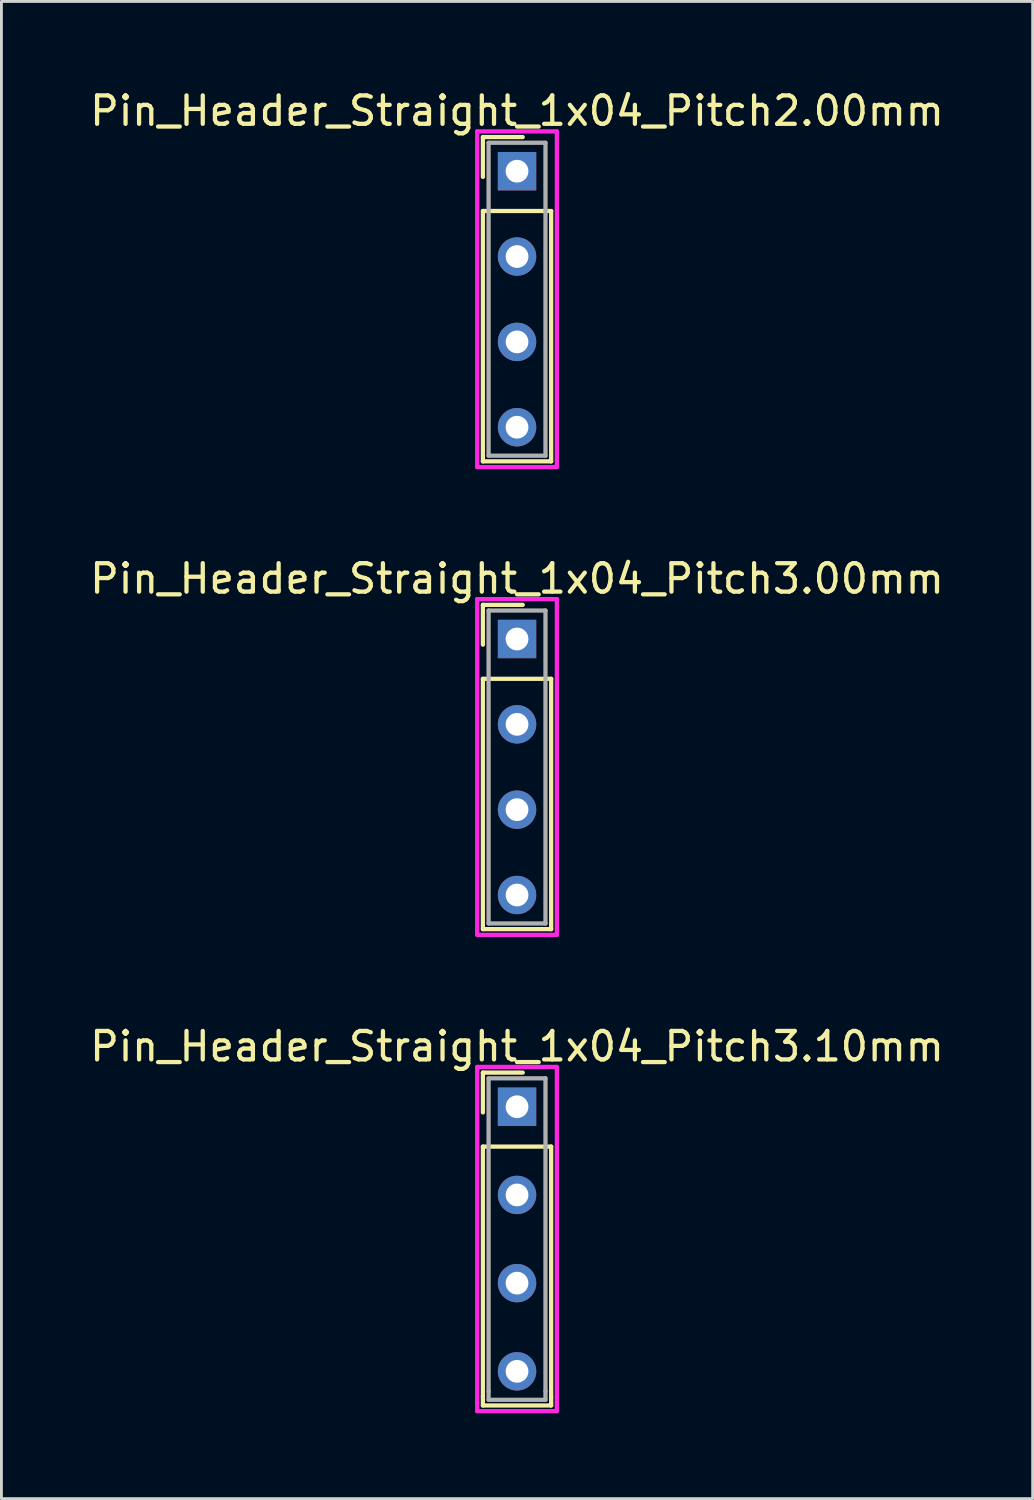
<source format=kicad_pcb>
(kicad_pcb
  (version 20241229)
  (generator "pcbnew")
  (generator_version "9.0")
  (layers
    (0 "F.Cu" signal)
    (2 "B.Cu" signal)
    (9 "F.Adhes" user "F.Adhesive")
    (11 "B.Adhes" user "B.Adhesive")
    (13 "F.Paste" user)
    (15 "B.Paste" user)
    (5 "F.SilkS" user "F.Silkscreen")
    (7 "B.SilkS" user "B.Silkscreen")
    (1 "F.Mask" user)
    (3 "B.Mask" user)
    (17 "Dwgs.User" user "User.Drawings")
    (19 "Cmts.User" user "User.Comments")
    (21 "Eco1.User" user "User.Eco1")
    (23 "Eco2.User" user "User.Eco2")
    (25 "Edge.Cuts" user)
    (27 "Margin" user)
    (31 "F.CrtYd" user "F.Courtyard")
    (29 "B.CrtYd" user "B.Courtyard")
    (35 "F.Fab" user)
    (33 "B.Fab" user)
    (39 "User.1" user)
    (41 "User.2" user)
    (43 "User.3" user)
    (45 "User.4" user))
  (footprint "Pin_Header_Straight_1x04_Pitch3.00mm"
    (layer "F.Cu")
    (at 15.125 19.412)
    (property "Reference" "Pin_Header_Straight_1x04_Pitch3.00mm" (at 0 -2.12 0) (layer "F.SilkS") (effects (font (size 1 1) (thickness 0.15))))
    (attr through_hole)
    (fp_line (start -1.2 -1.2) (end 0.2 -1.2) (stroke (width 0.15) (type solid)) (layer "F.SilkS"))
    (fp_line (start -1.2 0.2) (end -1.2 -1.2) (stroke (width 0.15) (type solid)) (layer "F.SilkS"))
    (fp_line (start -1.2 1.4) (end -1.2 10.2) (stroke (width 0.15) (type solid)) (layer "F.SilkS"))
    (fp_line (start -1.2 10.2) (end 1.2 10.2) (stroke (width 0.15) (type solid)) (layer "F.SilkS"))
    (fp_line (start 1.2 1.4) (end -1.2 1.4) (stroke (width 0.15) (type solid)) (layer "F.SilkS"))
    (fp_line (start 1.2 10.2) (end 1.2 1.4) (stroke (width 0.15) (type solid)) (layer "F.SilkS"))
    (fp_line (start -1.4 -1.4) (end 1.4 -1.4) (stroke (width 0.15) (type solid)) (layer "F.CrtYd"))
    (fp_line (start -1.4 10.4) (end -1.4 -1.4) (stroke (width 0.15) (type solid)) (layer "F.CrtYd"))
    (fp_line (start 1.4 -1.4) (end 1.4 10.4) (stroke (width 0.15) (type solid)) (layer "F.CrtYd"))
    (fp_line (start 1.4 10.4) (end -1.4 10.4) (stroke (width 0.15) (type solid)) (layer "F.CrtYd"))
    (fp_line (start -1 -1) (end 1 -1) (stroke (width 0.15) (type solid)) (layer "F.Fab"))
    (fp_line (start -1 10) (end -1 -1) (stroke (width 0.15) (type solid)) (layer "F.Fab"))
    (fp_line (start 1 -1) (end 1 10) (stroke (width 0.15) (type solid)) (layer "F.Fab"))
    (fp_line (start 1 10) (end -1 10) (stroke (width 0.15) (type solid)) (layer "F.Fab"))
    (pad "1" thru_hole rect (at 0 0) (size 1.35 1.35) (drill 0.8) (layers "*.Cu" "*.Mask"))
    (pad "2" thru_hole oval (at 0 3) (size 1.35 1.35) (drill 0.8) (layers "*.Cu" "*.Mask"))
    (pad "3" thru_hole oval (at 0 6) (size 1.35 1.35) (drill 0.8) (layers "*.Cu" "*.Mask"))
    (pad "4" thru_hole oval (at 0 9) (size 1.35 1.35) (drill 0.8) (layers "*.Cu" "*.Mask")))
  (footprint "Pin_Header_Straight_1x04_Pitch3.10mm"
    (layer "F.Cu")
    (at 15.125 35.855)
    (property "Reference" "Pin_Header_Straight_1x04_Pitch3.10mm" (at 0 -2.12 0) (layer "F.SilkS") (effects (font (size 1 1) (thickness 0.15))))
    (attr through_hole)
    (fp_line (start -1.2 -1.2) (end 0.2 -1.2) (stroke (width 0.15) (type solid)) (layer "F.SilkS"))
    (fp_line (start -1.2 0.2) (end -1.2 -1.2) (stroke (width 0.15) (type solid)) (layer "F.SilkS"))
    (fp_line (start -1.2 1.4) (end -1.2 10.2) (stroke (width 0.15) (type solid)) (layer "F.SilkS"))
    (fp_line (start -1.2 10.2) (end -1.2 10.5) (stroke (width 0.15) (type solid)) (layer "F.SilkS"))
    (fp_line (start -1.2 10.5) (end 1.2 10.5) (stroke (width 0.15) (type solid)) (layer "F.SilkS"))
    (fp_line (start 1.2 1.4) (end -1.2 1.4) (stroke (width 0.15) (type solid)) (layer "F.SilkS"))
    (fp_line (start 1.2 10.2) (end 1.2 1.4) (stroke (width 0.15) (type solid)) (layer "F.SilkS"))
    (fp_line (start 1.2 10.2) (end 1.2 10.5) (stroke (width 0.15) (type solid)) (layer "F.SilkS"))
    (fp_line (start -1.4 -1.4) (end 1.4 -1.4) (stroke (width 0.15) (type solid)) (layer "F.CrtYd"))
    (fp_line (start -1.4 10.4) (end -1.4 -1.4) (stroke (width 0.15) (type solid)) (layer "F.CrtYd"))
    (fp_line (start -1.4 10.4) (end -1.4 10.7) (stroke (width 0.15) (type solid)) (layer "F.CrtYd"))
    (fp_line (start 1.4 -1.4) (end 1.4 10.4) (stroke (width 0.15) (type solid)) (layer "F.CrtYd"))
    (fp_line (start 1.4 10.4) (end 1.4 10.7) (stroke (width 0.15) (type solid)) (layer "F.CrtYd"))
    (fp_line (start 1.4 10.7) (end -1.4 10.7) (stroke (width 0.15) (type solid)) (layer "F.CrtYd"))
    (fp_line (start -1 -1) (end 1 -1) (stroke (width 0.15) (type solid)) (layer "F.Fab"))
    (fp_line (start -1 10) (end -1 -1) (stroke (width 0.15) (type solid)) (layer "F.Fab"))
    (fp_line (start -1 10) (end -1 10.3) (stroke (width 0.15) (type solid)) (layer "F.Fab"))
    (fp_line (start 1 -1) (end 1 10) (stroke (width 0.15) (type solid)) (layer "F.Fab"))
    (fp_line (start 1 10) (end 1 10.3) (stroke (width 0.15) (type solid)) (layer "F.Fab"))
    (fp_line (start 1 10.3) (end -1 10.3) (stroke (width 0.15) (type solid)) (layer "F.Fab"))
    (pad "1" thru_hole oval (at 0 3.1) (size 1.35 1.35) (drill 0.8) (layers "*.Cu" "*.Mask"))
    (pad "2" thru_hole rect (at 0 0) (size 1.35 1.35) (drill 0.8) (layers "*.Cu" "*.Mask"))
    (pad "3" thru_hole oval (at 0 6.2) (size 1.35 1.35) (drill 0.8) (layers "*.Cu" "*.Mask"))
    (pad "4" thru_hole oval (at 0 9.3) (size 1.35 1.35) (drill 0.8) (layers "*.Cu" "*.Mask")))
  (footprint "Pin_Header_Straight_1x04_Pitch2.00mm"
    (layer "F.Cu")
    (at 15.125 2.968)
    (property "Reference" "Pin_Header_Straight_1x04_Pitch2.00mm" (at 0 -2.12 0) (layer "F.SilkS") (effects (font (size 1 1) (thickness 0.15))))
    (attr through_hole)
    (fp_line (start -1.2 -1.2) (end 0.2 -1.2) (stroke (width 0.15) (type solid)) (layer "F.SilkS"))
    (fp_line (start -1.2 0.2) (end -1.2 -1.2) (stroke (width 0.15) (type solid)) (layer "F.SilkS"))
    (fp_line (start -1.2 1.4) (end -1.2 10.2) (stroke (width 0.15) (type solid)) (layer "F.SilkS"))
    (fp_line (start -1.2 10.2) (end 1.2 10.2) (stroke (width 0.15) (type solid)) (layer "F.SilkS"))
    (fp_line (start 1.2 1.4) (end -1.2 1.4) (stroke (width 0.15) (type solid)) (layer "F.SilkS"))
    (fp_line (start 1.2 10.2) (end 1.2 1.4) (stroke (width 0.15) (type solid)) (layer "F.SilkS"))
    (fp_line (start -1.4 -1.4) (end 1.4 -1.4) (stroke (width 0.15) (type solid)) (layer "F.CrtYd"))
    (fp_line (start -1.4 10.4) (end -1.4 -1.4) (stroke (width 0.15) (type solid)) (layer "F.CrtYd"))
    (fp_line (start 1.4 -1.4) (end 1.4 10.4) (stroke (width 0.15) (type solid)) (layer "F.CrtYd"))
    (fp_line (start 1.4 10.4) (end -1.4 10.4) (stroke (width 0.15) (type solid)) (layer "F.CrtYd"))
    (fp_line (start -1 -1) (end 1 -1) (stroke (width 0.15) (type solid)) (layer "F.Fab"))
    (fp_line (start -1 10) (end -1 -1) (stroke (width 0.15) (type solid)) (layer "F.Fab"))
    (fp_line (start 1 -1) (end 1 10) (stroke (width 0.15) (type solid)) (layer "F.Fab"))
    (fp_line (start 1 10) (end -1 10) (stroke (width 0.15) (type solid)) (layer "F.Fab"))
    (pad "1" thru_hole rect (at 0 0) (size 1.35 1.35) (drill 0.8) (layers "*.Cu" "*.Mask"))
    (pad "2" thru_hole oval (at 0 3) (size 1.35 1.35) (drill 0.8) (layers "*.Cu" "*.Mask"))
    (pad "3" thru_hole oval (at 0 6) (size 1.35 1.35) (drill 0.8) (layers "*.Cu" "*.Mask"))
    (pad "4" thru_hole oval (at 0 9) (size 1.35 1.35) (drill 0.8) (layers "*.Cu" "*.Mask")))
  (gr_rect
    (start -3 -3)
    (end 33.25 49.63)
    (stroke (width 0.1) (type default))
    (fill no)
    (layer "Edge.Cuts")))
</source>
